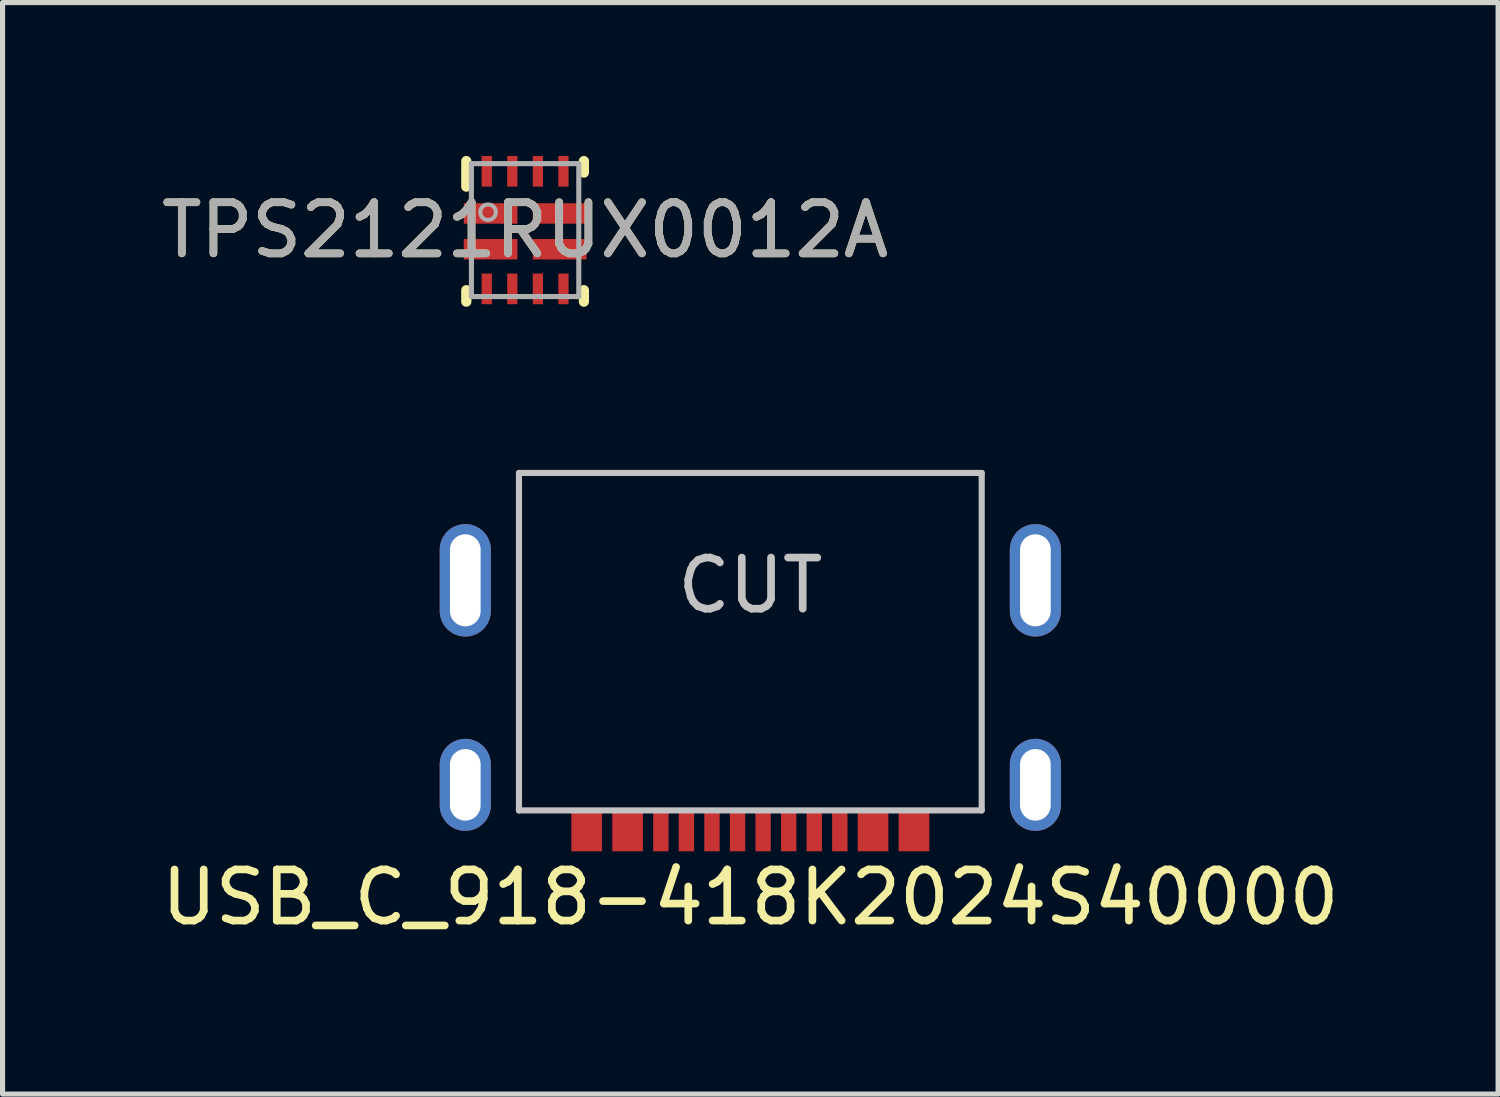
<source format=kicad_pcb>
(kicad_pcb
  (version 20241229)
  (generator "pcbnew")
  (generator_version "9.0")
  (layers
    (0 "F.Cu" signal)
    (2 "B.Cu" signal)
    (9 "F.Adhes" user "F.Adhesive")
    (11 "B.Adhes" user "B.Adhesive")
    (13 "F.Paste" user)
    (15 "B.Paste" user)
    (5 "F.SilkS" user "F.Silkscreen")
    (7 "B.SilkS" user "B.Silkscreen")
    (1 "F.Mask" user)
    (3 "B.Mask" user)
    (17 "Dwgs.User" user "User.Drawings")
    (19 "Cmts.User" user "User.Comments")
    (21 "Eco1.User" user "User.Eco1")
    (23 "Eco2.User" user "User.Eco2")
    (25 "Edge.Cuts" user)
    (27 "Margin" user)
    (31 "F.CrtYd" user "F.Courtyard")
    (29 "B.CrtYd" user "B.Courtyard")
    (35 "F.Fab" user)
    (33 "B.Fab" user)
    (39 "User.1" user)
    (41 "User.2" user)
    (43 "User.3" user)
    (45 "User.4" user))
  (footprint "TPS2121RUX0012A"
    (layer "F.Cu")
    (at 7.22 1.45)
    (property "Reference" "TPS2121RUX0012A" (at 0 0 0) (unlocked yes) (layer "F.SilkS") (effects (font (size 1 1) (thickness 0.15))))
    (attr smd)
    (fp_line (start -1.15 -0.85) (end -1.15 -1.35) (stroke (width 0.2) (type solid)) (layer "F.SilkS"))
    (fp_line (start -1.15 1.4) (end -1.15 1.175) (stroke (width 0.2) (type solid)) (layer "F.SilkS"))
    (fp_line (start 1.15 -1.125) (end 1.15 -1.35) (stroke (width 0.2) (type solid)) (layer "F.SilkS"))
    (fp_line (start 1.15 1.4) (end 1.15 1.175) (stroke (width 0.2) (type solid)) (layer "F.SilkS"))
    (fp_line (start -1.05 -1.3) (end 1.05 -1.3) (stroke (width 0.1) (type solid)) (layer "F.Fab"))
    (fp_line (start -1.05 1.3) (end -1.05 -1.3) (stroke (width 0.1) (type solid)) (layer "F.Fab"))
    (fp_line (start -1.05 1.3) (end 1.05 1.3) (stroke (width 0.1) (type solid)) (layer "F.Fab"))
    (fp_line (start 1.05 1.3) (end 1.05 -1.3) (stroke (width 0.1) (type solid)) (layer "F.Fab"))
    (fp_circle (center -0.725 -0.35) (end -0.573 -0.35) (stroke (width 0.08) (type solid)) (fill no) (layer "F.Fab"))
    (fp_text user "${REFERENCE}" (at 0 0 0) (unlocked yes) (layer "F.Fab") (effects (font (size 1 1) (thickness 0.15))))
    (pad "1" smd rect (at -0.675 -0.325) (size 1.05 0.4) (layers "F.Cu" "F.Mask" "F.Paste"))
    (pad "2" smd rect (at -0.675 0.375) (size 1.05 0.4) (layers "F.Cu" "F.Mask" "F.Paste"))
    (pad "3" smd rect (at -0.75 1.15 90) (size 0.6 0.2) (layers "F.Cu" "F.Mask" "F.Paste"))
    (pad "4" smd rect (at -0.25 1.15 90) (size 0.6 0.2) (layers "F.Cu" "F.Mask" "F.Paste"))
    (pad "5" smd rect (at 0.25 1.15 90) (size 0.6 0.2) (layers "F.Cu" "F.Mask" "F.Paste"))
    (pad "6" smd rect (at 0.75 1.15 90) (size 0.6 0.2) (layers "F.Cu" "F.Mask" "F.Paste"))
    (pad "7" smd rect (at 0.675 0.375) (size 1.05 0.4) (layers "F.Cu" "F.Mask" "F.Paste"))
    (pad "8" smd rect (at 0.675 -0.325) (size 1.05 0.4) (layers "F.Cu" "F.Mask" "F.Paste"))
    (pad "9" smd rect (at 0.75 -1.15 90) (size 0.6 0.2) (layers "F.Cu" "F.Mask" "F.Paste"))
    (pad "10" smd rect (at 0.25 -1.15 90) (size 0.6 0.2) (layers "F.Cu" "F.Mask" "F.Paste"))
    (pad "11" smd rect (at -0.25 -1.15 90) (size 0.6 0.2) (layers "F.Cu" "F.Mask" "F.Paste"))
    (pad "12" smd rect (at -0.75 -1.15 90) (size 0.6 0.2) (layers "F.Cu" "F.Mask" "F.Paste")))
  (footprint "USB_C_918-418K2024S40000"
    (layer "F.Cu")
    (at 11.625 6.2)
    (property "Reference" "USB_C_918-418K2024S40000" (at 0 8.3 0) (layer "F.SilkS") (effects (font (size 1 1) (thickness 0.15))))
    (attr through_hole)
    (fp_line (start -4.525 0) (end -4.525 6.6) (stroke (width 0.12) (type solid)) (layer "Dwgs.User"))
    (fp_line (start -4.525 0) (end 4.525 0) (stroke (width 0.12) (type solid)) (layer "Dwgs.User"))
    (fp_line (start -4.525 6.6) (end 4.525 6.6) (stroke (width 0.12) (type solid)) (layer "Dwgs.User"))
    (fp_line (start 4.525 0) (end 4.525 6.6) (stroke (width 0.12) (type solid)) (layer "Dwgs.User"))
    (fp_text user "CUT" (at 0 2.2 0) (layer "Dwgs.User") (effects (font (size 1 1) (thickness 0.15))))
    (pad "A1" smd rect (at -3.2 7) (size 0.6 0.8) (layers "F.Cu" "F.Mask" "F.Paste"))
    (pad "A1" smd rect (at 3.2 7) (size 0.6 0.8) (layers "F.Cu" "F.Mask" "F.Paste"))
    (pad "A4" smd rect (at -2.4 7) (size 0.6 0.8) (layers "F.Cu" "F.Mask" "F.Paste"))
    (pad "A4" smd rect (at 2.4 7) (size 0.6 0.8) (layers "F.Cu" "F.Mask" "F.Paste"))
    (pad "A5" smd rect (at 1.25 7) (size 0.3 0.8) (layers "F.Cu" "F.Mask" "F.Paste"))
    (pad "A6" smd rect (at 0.25 7) (size 0.3 0.8) (layers "F.Cu" "F.Mask" "F.Paste"))
    (pad "A7" smd rect (at -0.25 7) (size 0.3 0.8) (layers "F.Cu" "F.Mask" "F.Paste"))
    (pad "A8" smd rect (at -1.25 7) (size 0.3 0.8) (layers "F.Cu" "F.Mask" "F.Paste"))
    (pad "B5" smd rect (at -1.75 7) (size 0.3 0.8) (layers "F.Cu" "F.Mask" "F.Paste"))
    (pad "B6" smd rect (at -0.75 7) (size 0.3 0.8) (layers "F.Cu" "F.Mask" "F.Paste"))
    (pad "B7" smd rect (at 0.75 7) (size 0.3 0.8) (layers "F.Cu" "F.Mask" "F.Paste"))
    (pad "B8" smd rect (at 1.75 7) (size 0.3 0.8) (layers "F.Cu" "F.Mask" "F.Paste"))
    (pad "S1" thru_hole oval (at -5.575 2.1) (size 1 2.2) (drill oval 0.6 1.8) (layers "*.Cu" "*.Mask"))
    (pad "S1" thru_hole oval (at -5.575 6.1) (size 1 1.8) (drill oval 0.6 1.4) (layers "*.Cu" "*.Mask"))
    (pad "S1" thru_hole oval (at 5.575 2.1) (size 1 2.2) (drill oval 0.6 1.8) (layers "*.Cu" "*.Mask"))
    (pad "S1" thru_hole oval (at 5.575 6.1) (size 1 1.8) (drill oval 0.6 1.4) (layers "*.Cu" "*.Mask")))
  (gr_rect
    (start -3 -3)
    (end 26.25 18.348)
    (stroke (width 0.1) (type default))
    (fill no)
    (layer "Edge.Cuts")))
</source>
